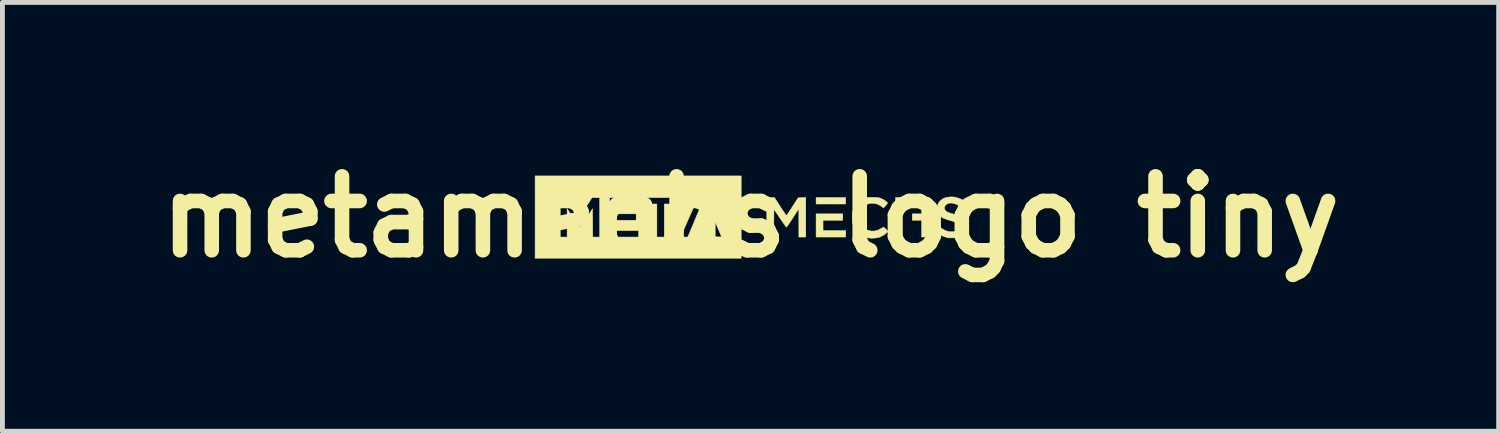
<source format=kicad_pcb>
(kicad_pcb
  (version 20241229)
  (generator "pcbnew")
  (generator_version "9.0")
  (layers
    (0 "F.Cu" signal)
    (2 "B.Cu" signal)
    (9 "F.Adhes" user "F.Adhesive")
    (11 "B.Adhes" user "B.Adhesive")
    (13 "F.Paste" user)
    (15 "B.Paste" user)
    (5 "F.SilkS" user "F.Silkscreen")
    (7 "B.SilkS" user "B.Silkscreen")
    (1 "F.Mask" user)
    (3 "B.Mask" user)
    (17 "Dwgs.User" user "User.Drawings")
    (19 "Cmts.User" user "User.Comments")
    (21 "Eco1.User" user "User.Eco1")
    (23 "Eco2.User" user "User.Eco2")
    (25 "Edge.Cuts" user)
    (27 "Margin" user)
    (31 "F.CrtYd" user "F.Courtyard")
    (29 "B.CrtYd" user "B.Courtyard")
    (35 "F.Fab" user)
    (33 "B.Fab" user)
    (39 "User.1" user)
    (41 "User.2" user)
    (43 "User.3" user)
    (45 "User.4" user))
  (footprint "metamechs logo tiny"
    (layer "F.Cu")
    (at 12.417 1.418)
    (property "Reference" "metamechs logo tiny" (at 0 0 0) (layer "F.SilkS") (effects (font (size 1.524 1.524) (thickness 0.3))))
    (attr through_hole)
    (fp_poly (pts (xy 1.961 -0.264) (xy 1.351 -0.264) (xy 1.351 -0.396) (xy 1.961 -0.396) (xy 1.961 -0.264)) (stroke (width 0.01) (type solid)) (fill yes) (layer "F.SilkS"))
    (fp_poly (pts (xy 3.129 0.417) (xy 2.987 0.417) (xy 2.987 -0.396) (xy 3.129 -0.396) (xy 3.129 0.417)) (stroke (width 0.01) (type solid)) (fill yes) (layer "F.SilkS"))
    (fp_poly (pts (xy 1.9 0.071) (xy 1.494 0.071) (xy 1.494 0.284) (xy 1.961 0.284) (xy 1.961 0.417) (xy 1.351 0.417) (xy 1.351 -0.061) (xy 1.9 -0.061) (xy 1.9 0.071)) (stroke (width 0.01) (type solid)) (fill yes) (layer "F.SilkS"))
    (fp_poly (pts (xy 3.668 0.417) (xy 3.526 0.417) (xy 3.526 0.071) (xy 3.332 0.071) (xy 3.332 -0.061) (xy 3.526 -0.061) (xy 3.526 -0.396) (xy 3.668 -0.396) (xy 3.668 0.417)) (stroke (width 0.01) (type solid)) (fill yes) (layer "F.SilkS"))
    (fp_poly (pts (xy 1.138 0.417) (xy 0.996 0.417) (xy 0.995 -0.168) (xy 0.871 0.023) (xy 0.835 0.078) (xy 0.802 0.127) (xy 0.775 0.167) (xy 0.754 0.196) (xy 0.742 0.211) (xy 0.739 0.213) (xy 0.732 0.205) (xy 0.715 0.183) (xy 0.69 0.148) (xy 0.659 0.104) (xy 0.624 0.052) (xy 0.607 0.028) (xy 0.483 -0.157) (xy 0.48 0.13) (xy 0.477 0.417) (xy 0.335 0.417) (xy 0.335 -0.396) (xy 0.494 -0.396) (xy 0.614 -0.208) (xy 0.652 -0.15) (xy 0.685 -0.101) (xy 0.712 -0.063) (xy 0.731 -0.038) (xy 0.742 -0.028) (xy 0.743 -0.028) (xy 0.751 -0.039) (xy 0.769 -0.064) (xy 0.793 -0.101) (xy 0.824 -0.148) (xy 0.858 -0.2) (xy 0.867 -0.214) (xy 0.981 -0.391) (xy 1.06 -0.394) (xy 1.138 -0.397) (xy 1.138 0.417)) (stroke (width 0.01) (type solid)) (fill yes) (layer "F.SilkS"))
    (fp_poly (pts (xy 2.52 -0.401) (xy 2.575 -0.4) (xy 2.616 -0.397) (xy 2.648 -0.392) (xy 2.677 -0.383) (xy 2.692 -0.377) (xy 2.727 -0.36) (xy 2.763 -0.339) (xy 2.794 -0.317) (xy 2.816 -0.297) (xy 2.824 -0.283) (xy 2.818 -0.271) (xy 2.801 -0.25) (xy 2.783 -0.229) (xy 2.741 -0.183) (xy 2.709 -0.207) (xy 2.652 -0.245) (xy 2.598 -0.267) (xy 2.541 -0.277) (xy 2.513 -0.279) (xy 2.471 -0.277) (xy 2.441 -0.273) (xy 2.415 -0.262) (xy 2.392 -0.249) (xy 2.336 -0.202) (xy 2.293 -0.144) (xy 2.265 -0.078) (xy 2.252 -0.008) (xy 2.255 0.064) (xy 2.274 0.134) (xy 2.311 0.198) (xy 2.318 0.207) (xy 2.367 0.251) (xy 2.426 0.28) (xy 2.491 0.294) (xy 2.559 0.293) (xy 2.625 0.275) (xy 2.643 0.266) (xy 2.677 0.249) (xy 2.706 0.232) (xy 2.72 0.223) (xy 2.734 0.216) (xy 2.746 0.217) (xy 2.762 0.228) (xy 2.786 0.252) (xy 2.789 0.254) (xy 2.834 0.299) (xy 2.812 0.322) (xy 2.78 0.35) (xy 2.737 0.38) (xy 2.69 0.405) (xy 2.656 0.42) (xy 2.607 0.432) (xy 2.547 0.439) (xy 2.486 0.441) (xy 2.434 0.437) (xy 2.359 0.414) (xy 2.286 0.375) (xy 2.22 0.324) (xy 2.165 0.262) (xy 2.126 0.195) (xy 2.122 0.186) (xy 2.111 0.154) (xy 2.104 0.123) (xy 2.1 0.086) (xy 2.098 0.037) (xy 2.098 0.015) (xy 2.098 -0.035) (xy 2.1 -0.071) (xy 2.104 -0.099) (xy 2.113 -0.124) (xy 2.126 -0.154) (xy 2.136 -0.174) (xy 2.181 -0.249) (xy 2.237 -0.308) (xy 2.307 -0.355) (xy 2.335 -0.369) (xy 2.366 -0.383) (xy 2.391 -0.392) (xy 2.417 -0.398) (xy 2.45 -0.4) (xy 2.494 -0.401) (xy 2.52 -0.401)) (stroke (width 0.01) (type solid)) (fill yes) (layer "F.SilkS"))
    (fp_poly (pts (xy 4.195 -0.407) (xy 4.24 -0.397) (xy 4.289 -0.382) (xy 4.336 -0.364) (xy 4.376 -0.345) (xy 4.403 -0.327) (xy 4.408 -0.322) (xy 4.412 -0.31) (xy 4.405 -0.291) (xy 4.386 -0.261) (xy 4.383 -0.257) (xy 4.347 -0.206) (xy 4.276 -0.242) (xy 4.207 -0.271) (xy 4.144 -0.284) (xy 4.089 -0.281) (xy 4.044 -0.262) (xy 4.01 -0.23) (xy 3.995 -0.194) (xy 3.998 -0.157) (xy 4.021 -0.122) (xy 4.041 -0.106) (xy 4.066 -0.093) (xy 4.104 -0.079) (xy 4.148 -0.066) (xy 4.165 -0.061) (xy 4.256 -0.035) (xy 4.328 -0.004) (xy 4.382 0.032) (xy 4.419 0.074) (xy 4.441 0.123) (xy 4.449 0.181) (xy 4.447 0.216) (xy 4.433 0.283) (xy 4.403 0.338) (xy 4.356 0.382) (xy 4.324 0.401) (xy 4.292 0.416) (xy 4.262 0.426) (xy 4.227 0.431) (xy 4.181 0.433) (xy 4.172 0.434) (xy 4.13 0.434) (xy 4.095 0.434) (xy 4.074 0.433) (xy 4.069 0.432) (xy 4.054 0.427) (xy 4.027 0.419) (xy 4.003 0.413) (xy 3.973 0.402) (xy 3.937 0.385) (xy 3.899 0.365) (xy 3.864 0.344) (xy 3.837 0.326) (xy 3.822 0.312) (xy 3.82 0.308) (xy 3.826 0.296) (xy 3.842 0.275) (xy 3.859 0.254) (xy 3.899 0.209) (xy 3.936 0.237) (xy 4.006 0.28) (xy 4.08 0.303) (xy 4.134 0.309) (xy 4.198 0.305) (xy 4.245 0.29) (xy 4.276 0.264) (xy 4.283 0.253) (xy 4.297 0.209) (xy 4.291 0.171) (xy 4.266 0.138) (xy 4.221 0.11) (xy 4.157 0.087) (xy 4.143 0.083) (xy 4.056 0.059) (xy 3.988 0.034) (xy 3.936 0.007) (xy 3.897 -0.023) (xy 3.871 -0.058) (xy 3.854 -0.1) (xy 3.851 -0.114) (xy 3.845 -0.184) (xy 3.858 -0.248) (xy 3.886 -0.303) (xy 3.929 -0.348) (xy 3.985 -0.382) (xy 4.053 -0.403) (xy 4.13 -0.411) (xy 4.195 -0.407)) (stroke (width 0.01) (type solid)) (fill yes) (layer "F.SilkS"))
    (fp_poly (pts (xy -0.193 0.853) (xy -4.44 0.853) (xy -4.44 0.417) (xy -3.922 0.417) (xy -3.78 0.417) (xy -3.78 -0.168) (xy -3.652 0.023) (xy -3.616 0.078) (xy -3.582 0.126) (xy -3.554 0.166) (xy -3.533 0.195) (xy -3.52 0.211) (xy -3.518 0.213) (xy -3.51 0.205) (xy -3.493 0.182) (xy -3.468 0.147) (xy -3.437 0.103) (xy -3.402 0.051) (xy -3.383 0.024) (xy -3.256 -0.165) (xy -3.254 0.126) (xy -3.251 0.417) (xy -3.109 0.417) (xy -3.109 -0.061) (xy -2.906 -0.061) (xy -2.906 0.417) (xy -2.306 0.417) (xy -2.306 0.284) (xy -2.764 0.284) (xy -2.764 0.071) (xy -2.357 0.071) (xy -2.357 -0.061) (xy -2.906 -0.061) (xy -3.109 -0.061) (xy -3.109 -0.396) (xy -2.906 -0.396) (xy -2.906 -0.264) (xy -2.296 -0.264) (xy -2.296 -0.396) (xy -2.184 -0.396) (xy -2.184 -0.264) (xy -1.93 -0.264) (xy -1.93 0.417) (xy -1.778 0.417) (xy -1.442 0.417) (xy -1.294 0.417) (xy -1.157 0.092) (xy -1.121 0.004) (xy -1.091 -0.066) (xy -1.067 -0.12) (xy -1.048 -0.161) (xy -1.034 -0.189) (xy -1.024 -0.206) (xy -1.017 -0.214) (xy -1.013 -0.214) (xy -1.011 -0.211) (xy -1.005 -0.197) (xy -0.991 -0.166) (xy -0.972 -0.121) (xy -0.948 -0.065) (xy -0.921 -0.000372) (xy -0.891 0.071) (xy -0.874 0.111) (xy -0.747 0.411) (xy -0.673 0.414) (xy -0.637 0.415) (xy -0.611 0.413) (xy -0.6 0.409) (xy -0.599 0.409) (xy -0.603 0.398) (xy -0.615 0.37) (xy -0.633 0.328) (xy -0.656 0.273) (xy -0.684 0.207) (xy -0.717 0.133) (xy -0.752 0.051) (xy -0.775 -0.001) (xy -0.95 -0.401) (xy -1.082 -0.407) (xy -1.236 -0.054) (xy -1.272 0.028) (xy -1.307 0.107) (xy -1.338 0.179) (xy -1.366 0.243) (xy -1.389 0.296) (xy -1.406 0.335) (xy -1.416 0.358) (xy -1.417 0.358) (xy -1.442 0.417) (xy -1.778 0.417) (xy -1.778 -0.264) (xy -1.524 -0.264) (xy -1.524 -0.396) (xy -2.184 -0.396) (xy -2.296 -0.396) (xy -2.906 -0.396) (xy -3.109 -0.396) (xy -3.188 -0.396) (xy -3.266 -0.396) (xy -3.388 -0.208) (xy -3.432 -0.14) (xy -3.466 -0.09) (xy -3.492 -0.055) (xy -3.509 -0.035) (xy -3.519 -0.03) (xy -3.52 -0.031) (xy -3.528 -0.042) (xy -3.546 -0.068) (xy -3.571 -0.105) (xy -3.602 -0.152) (xy -3.636 -0.204) (xy -3.644 -0.216) (xy -3.757 -0.391) (xy -3.839 -0.394) (xy -3.922 -0.397) (xy -3.922 0.417) (xy -4.44 0.417) (xy -4.44 -0.843) (xy -0.193 -0.843) (xy -0.193 0.853)) (stroke (width 0.01) (type solid)) (fill yes) (layer "F.SilkS")))
  (gr_rect
    (start -3 -3)
    (end 27.834 5.836)
    (stroke (width 0.1) (type default))
    (fill no)
    (layer "Edge.Cuts")))
</source>
